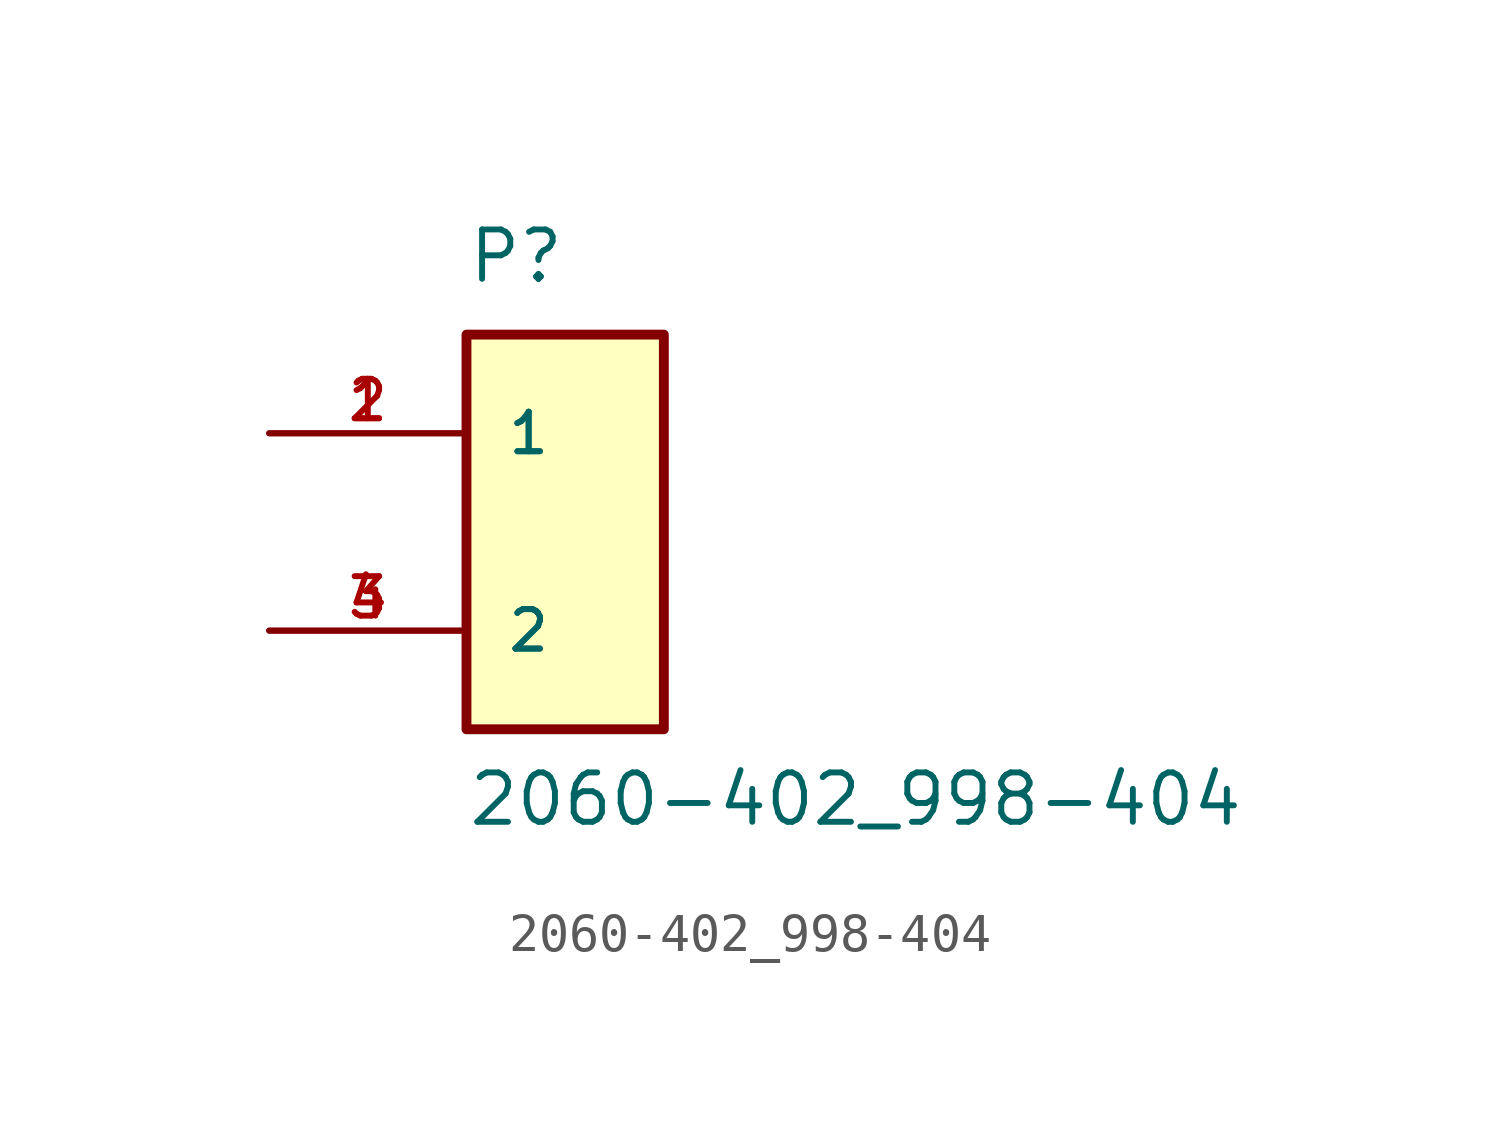
<source format=kicad_sym>
(kicad_symbol_lib
  (version 20211014)
  (generator kicad_symbol_editor)
  (symbol "2060-402_998-404"
    (pin_names
      (offset 1.016))
    (property "Reference" "P"
      (at -2.541 6.353 0)
      (effects (font (size 1.27 1.27)) (justify bottom left)))
    (property "Value" "2060-402_998-404"
      (at -2.541 -7.624 0)
      (effects (font (size 1.27 1.27)) (justify bottom left)))
    (symbol "2060-402_998-404_0_0"
      (rectangle (start -2.54 -5.08) (end 2.54 5.08) (stroke (width 0.254)) (fill (type background)))
      (pin passive line (at -7.62 2.54 0) (length 5.08) (name "1" (effects (font (size 1.016 1.016)))) (number "1" (effects (font (size 1.016 1.016)))))
      (pin passive line (at -7.62 2.54 0) (length 5.08) (name "1" (effects (font (size 1.016 1.016)))) (number "2" (effects (font (size 1.016 1.016)))))
      (pin passive line (at -7.62 -2.54 0) (length 5.08) (name "2" (effects (font (size 1.016 1.016)))) (number "3" (effects (font (size 1.016 1.016)))))
      (pin passive line (at -7.62 -2.54 0) (length 5.08) (name "2" (effects (font (size 1.016 1.016)))) (number "4" (effects (font (size 1.016 1.016))))))))
</source>
